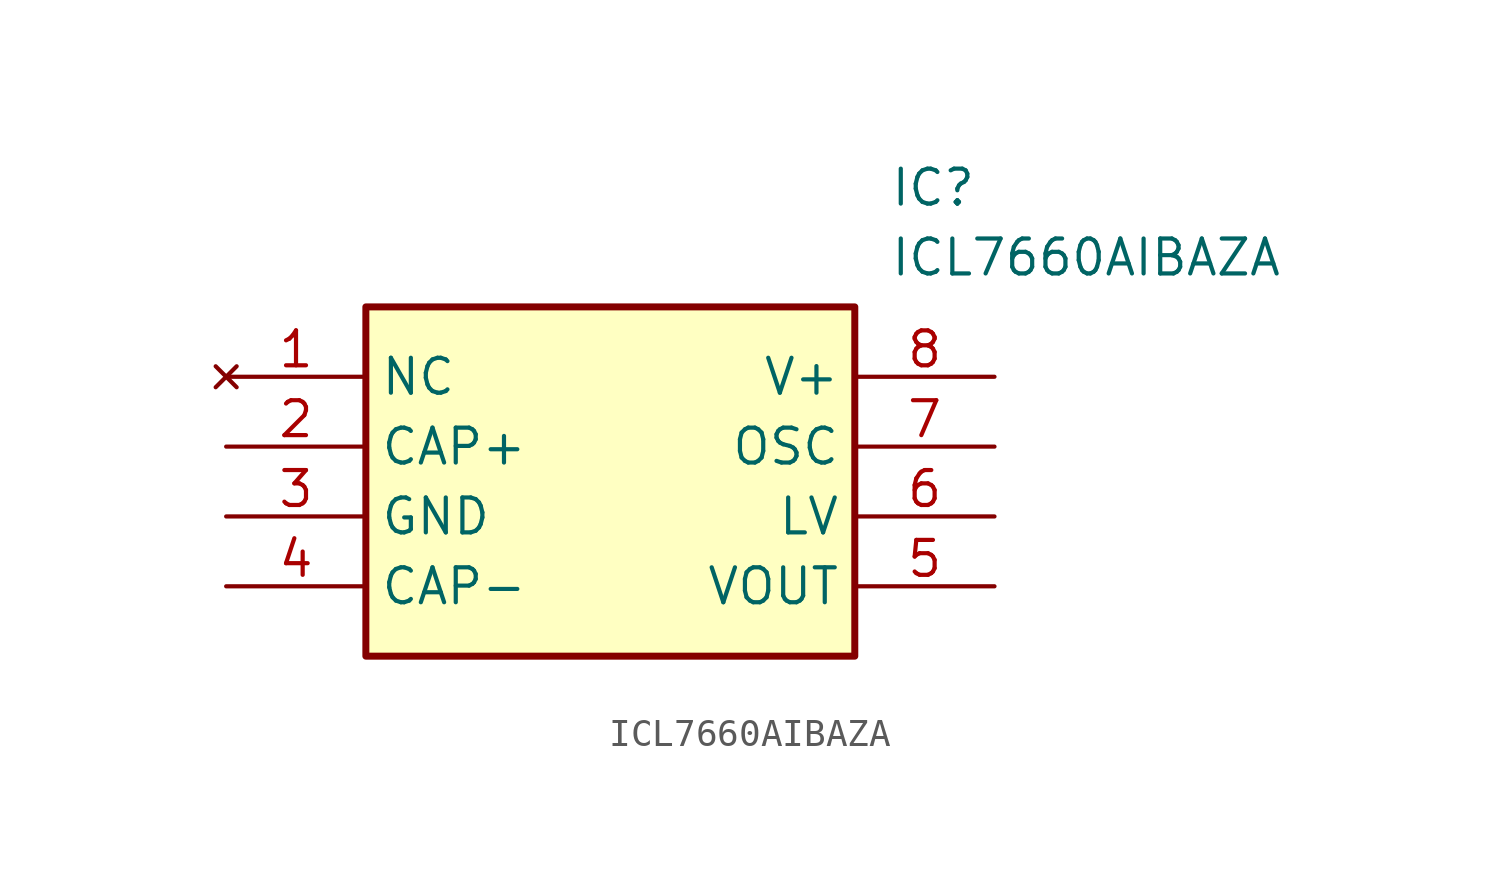
<source format=kicad_sym>
(kicad_symbol_lib
  (version 20211014)
  (generator SamacSys_ECAD_Model)
  (symbol "ICL7660AIBAZA"
    (property "Reference" "IC"
      (at 24.13 7.62 0)
      (effects (font (size 1.27 1.27)) (justify left top)))
    (property "Value" "ICL7660AIBAZA"
      (at 24.13 5.08 0)
      (effects (font (size 1.27 1.27)) (justify left top)))
    (rectangle
      (start 5.08 2.54)
      (end 22.86 -10.16)
      (stroke (width 0.254) (type default))
      (fill (type background)))
    (pin no_connect line
      (at 0 0 0)
      (length 5.08)
      (name "NC" (effects (font (size 1.27 1.27))))
      (number "1" (effects (font (size 1.27 1.27)))))
    (pin passive line
      (at 0 -2.54 0)
      (length 5.08)
      (name "CAP+" (effects (font (size 1.27 1.27))))
      (number "2" (effects (font (size 1.27 1.27)))))
    (pin passive line
      (at 0 -5.08 0)
      (length 5.08)
      (name "GND" (effects (font (size 1.27 1.27))))
      (number "3" (effects (font (size 1.27 1.27)))))
    (pin passive line
      (at 0 -7.62 0)
      (length 5.08)
      (name "CAP-" (effects (font (size 1.27 1.27))))
      (number "4" (effects (font (size 1.27 1.27)))))
    (pin passive line
      (at 27.94 0 180)
      (length 5.08)
      (name "V+" (effects (font (size 1.27 1.27))))
      (number "8" (effects (font (size 1.27 1.27)))))
    (pin passive line
      (at 27.94 -2.54 180)
      (length 5.08)
      (name "OSC" (effects (font (size 1.27 1.27))))
      (number "7" (effects (font (size 1.27 1.27)))))
    (pin passive line
      (at 27.94 -5.08 180)
      (length 5.08)
      (name "LV" (effects (font (size 1.27 1.27))))
      (number "6" (effects (font (size 1.27 1.27)))))
    (pin passive line
      (at 27.94 -7.62 180)
      (length 5.08)
      (name "VOUT" (effects (font (size 1.27 1.27))))
      (number "5" (effects (font (size 1.27 1.27)))))))
</source>
